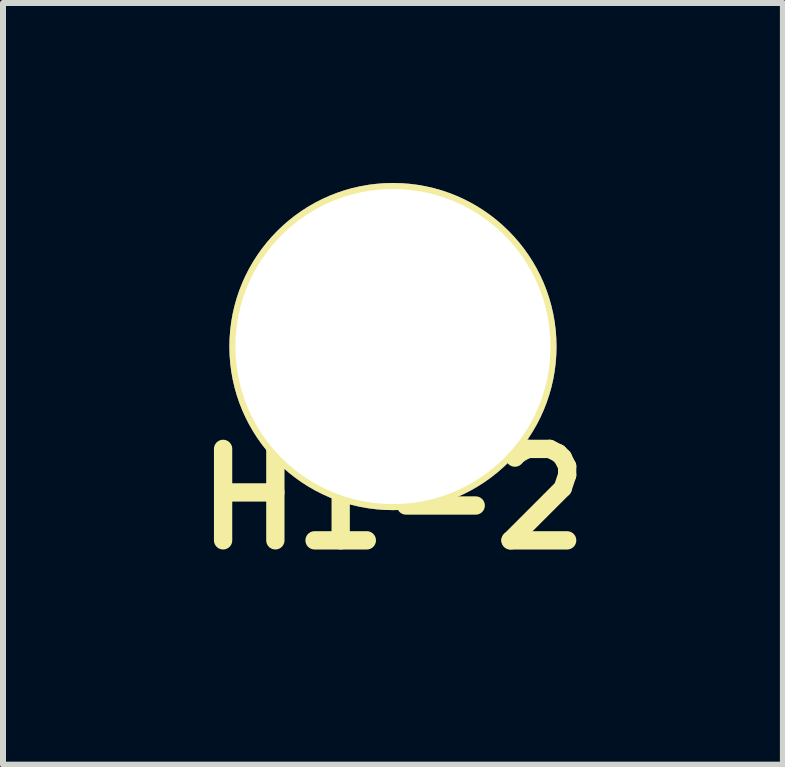
<source format=kicad_pcb>
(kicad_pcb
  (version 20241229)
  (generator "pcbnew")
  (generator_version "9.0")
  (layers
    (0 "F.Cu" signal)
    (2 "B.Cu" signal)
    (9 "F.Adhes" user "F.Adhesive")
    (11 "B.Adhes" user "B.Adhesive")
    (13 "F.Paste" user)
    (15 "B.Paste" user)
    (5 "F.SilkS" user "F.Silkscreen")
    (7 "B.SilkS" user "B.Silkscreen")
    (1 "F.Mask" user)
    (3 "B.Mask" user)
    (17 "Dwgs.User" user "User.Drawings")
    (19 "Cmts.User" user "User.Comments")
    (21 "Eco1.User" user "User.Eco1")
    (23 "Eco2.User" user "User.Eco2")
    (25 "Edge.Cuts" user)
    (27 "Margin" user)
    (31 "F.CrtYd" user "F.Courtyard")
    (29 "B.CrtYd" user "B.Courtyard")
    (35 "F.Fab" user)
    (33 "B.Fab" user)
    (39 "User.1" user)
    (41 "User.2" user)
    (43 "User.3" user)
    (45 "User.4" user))
  (footprint "H1-2"
    (layer "F.Cu")
    (at 3.498 2.725)
    (property "Reference" "H1-2" (at 0 2.54 0) (layer "F.SilkS") (effects (font (size 1.524 1.524) (thickness 0.305))))
    (attr through_hole)
    (pad "H1" thru_hole circle (at 0 0) (size 5.451 5.451) (drill 5.25) (layers "*.Cu" "*.Mask" "F.SilkS")))
  (gr_rect
    (start -3 -3)
    (end 9.996 9.692)
    (stroke (width 0.1) (type default))
    (fill no)
    (layer "Edge.Cuts")))
</source>
